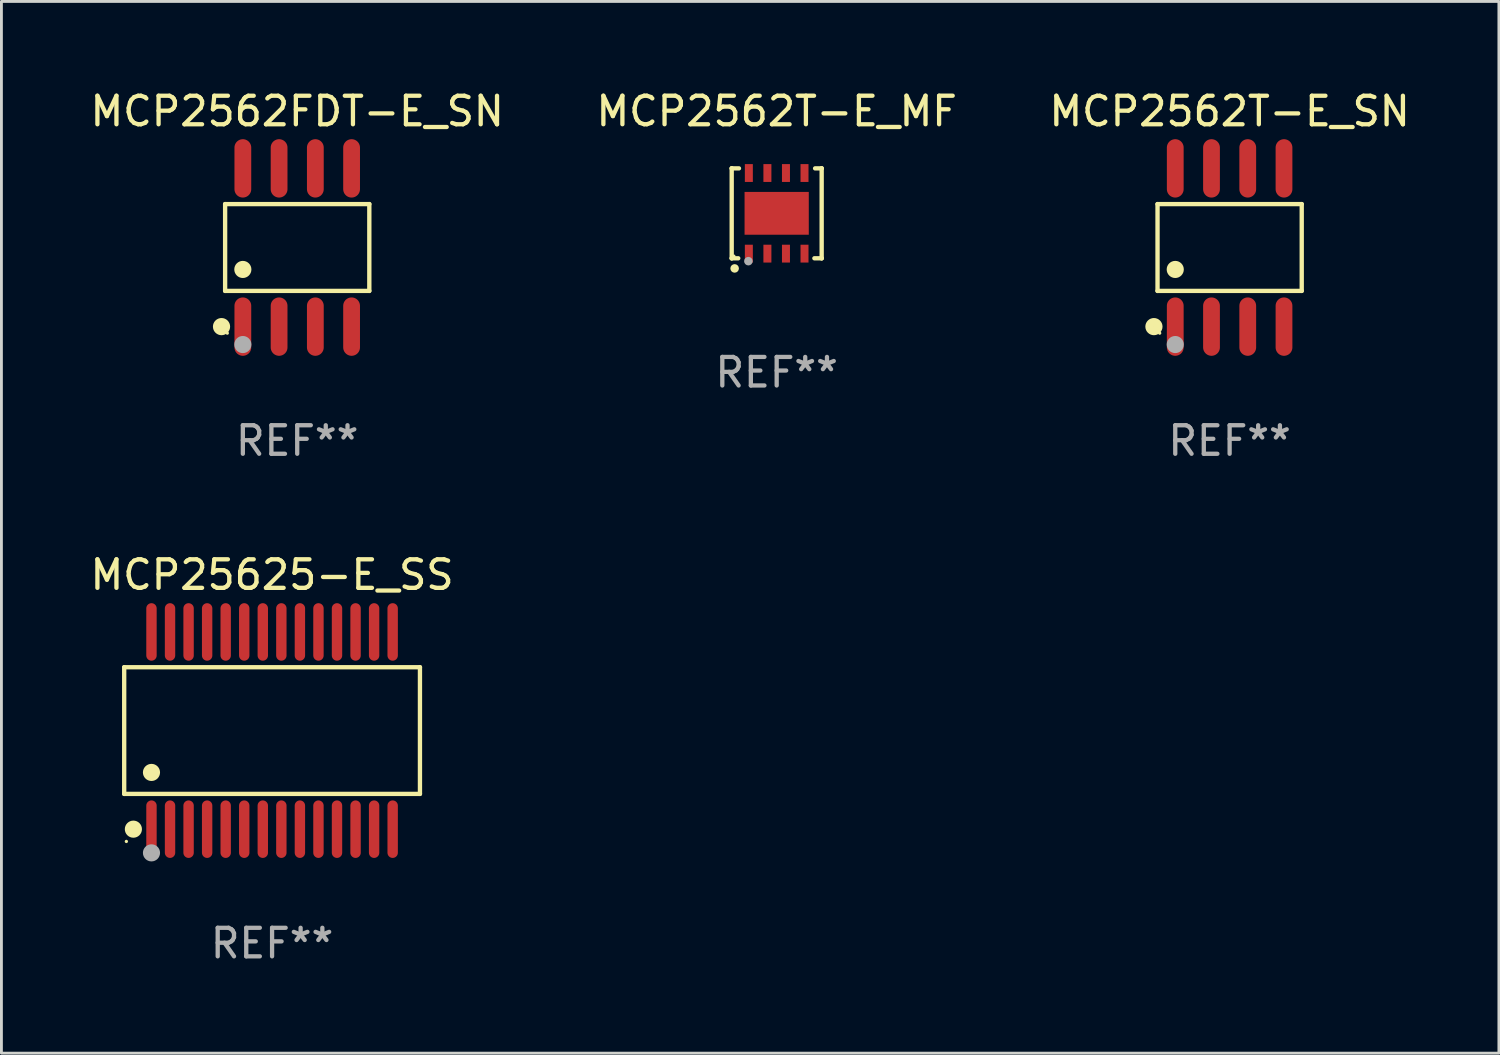
<source format=kicad_pcb>
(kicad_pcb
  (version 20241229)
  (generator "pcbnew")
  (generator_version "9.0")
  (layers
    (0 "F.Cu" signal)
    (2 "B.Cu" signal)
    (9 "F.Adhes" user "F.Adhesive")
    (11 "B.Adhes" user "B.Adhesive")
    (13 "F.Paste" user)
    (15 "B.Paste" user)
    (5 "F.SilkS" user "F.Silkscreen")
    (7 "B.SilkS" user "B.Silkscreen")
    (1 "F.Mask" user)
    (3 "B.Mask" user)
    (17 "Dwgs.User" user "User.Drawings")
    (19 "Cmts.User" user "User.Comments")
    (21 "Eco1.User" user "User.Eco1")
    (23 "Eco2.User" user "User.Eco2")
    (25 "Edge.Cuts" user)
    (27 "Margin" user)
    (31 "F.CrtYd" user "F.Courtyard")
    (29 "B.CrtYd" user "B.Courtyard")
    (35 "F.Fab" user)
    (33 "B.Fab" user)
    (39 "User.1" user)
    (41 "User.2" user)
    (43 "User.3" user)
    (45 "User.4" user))
  (footprint "MCP25625-E_SS"
    (layer "F.Cu")
    (at 6.482 22.545)
    (property "Reference" "MCP25625-E_SS" (at 0 -5.455 0) (layer "F.SilkS") (effects (font (size 1 1) (thickness 0.15))))
    (attr through_hole)
    (fp_line (start -5.181 -2.219) (end 5.181 -2.219) (stroke (width 0.152) (type solid)) (layer "F.SilkS"))
    (fp_line (start -5.181 2.219) (end -5.181 -2.219) (stroke (width 0.152) (type solid)) (layer "F.SilkS"))
    (fp_line (start 5.181 -2.219) (end 5.181 2.219) (stroke (width 0.152) (type solid)) (layer "F.SilkS"))
    (fp_line (start 5.181 2.219) (end -5.181 2.219) (stroke (width 0.152) (type solid)) (layer "F.SilkS"))
    (fp_circle (center -5.105 3.885) (end -5.075 3.885) (stroke (width 0.06) (type solid)) (fill no) (layer "F.SilkS"))
    (fp_circle (center -4.859 3.455) (end -4.709 3.455) (stroke (width 0.3) (type solid)) (fill no) (layer "F.SilkS"))
    (fp_circle (center -4.225 1.467) (end -4.075 1.467) (stroke (width 0.3) (type solid)) (fill no) (layer "F.SilkS"))
    (fp_circle (center -4.225 4.285) (end -4.075 4.285) (stroke (width 0.3) (type solid)) (fill no) (layer "F.Fab"))
    (fp_text user "REF**" (at 0 7.455 0) (layer "F.Fab") (effects (font (size 1 1) (thickness 0.15))))
    (pad "1" smd oval (at -4.225 3.455) (size 0.364 2.015) (layers "F.Cu" "F.Mask" "F.Paste"))
    (pad "2" smd oval (at -3.575 3.455) (size 0.364 2.015) (layers "F.Cu" "F.Mask" "F.Paste"))
    (pad "3" smd oval (at -2.925 3.455) (size 0.364 2.015) (layers "F.Cu" "F.Mask" "F.Paste"))
    (pad "4" smd oval (at -2.275 3.455) (size 0.364 2.015) (layers "F.Cu" "F.Mask" "F.Paste"))
    (pad "5" smd oval (at -1.625 3.455) (size 0.364 2.015) (layers "F.Cu" "F.Mask" "F.Paste"))
    (pad "6" smd oval (at -0.975 3.455) (size 0.364 2.015) (layers "F.Cu" "F.Mask" "F.Paste"))
    (pad "7" smd oval (at -0.325 3.455) (size 0.364 2.015) (layers "F.Cu" "F.Mask" "F.Paste"))
    (pad "8" smd oval (at 0.325 3.455) (size 0.364 2.015) (layers "F.Cu" "F.Mask" "F.Paste"))
    (pad "9" smd oval (at 0.975 3.455) (size 0.364 2.015) (layers "F.Cu" "F.Mask" "F.Paste"))
    (pad "10" smd oval (at 1.625 3.455) (size 0.364 2.015) (layers "F.Cu" "F.Mask" "F.Paste"))
    (pad "11" smd oval (at 2.275 3.455) (size 0.364 2.015) (layers "F.Cu" "F.Mask" "F.Paste"))
    (pad "12" smd oval (at 2.925 3.455) (size 0.364 2.015) (layers "F.Cu" "F.Mask" "F.Paste"))
    (pad "13" smd oval (at 3.575 3.455) (size 0.364 2.015) (layers "F.Cu" "F.Mask" "F.Paste"))
    (pad "14" smd oval (at 4.225 3.455) (size 0.364 2.015) (layers "F.Cu" "F.Mask" "F.Paste"))
    (pad "15" smd oval (at 4.225 -3.455) (size 0.364 2.015) (layers "F.Cu" "F.Mask" "F.Paste"))
    (pad "16" smd oval (at 3.575 -3.455) (size 0.364 2.015) (layers "F.Cu" "F.Mask" "F.Paste"))
    (pad "17" smd oval (at 2.925 -3.455) (size 0.364 2.015) (layers "F.Cu" "F.Mask" "F.Paste"))
    (pad "18" smd oval (at 2.275 -3.455) (size 0.364 2.015) (layers "F.Cu" "F.Mask" "F.Paste"))
    (pad "19" smd oval (at 1.625 -3.455) (size 0.364 2.015) (layers "F.Cu" "F.Mask" "F.Paste"))
    (pad "20" smd oval (at 0.975 -3.455) (size 0.364 2.015) (layers "F.Cu" "F.Mask" "F.Paste"))
    (pad "21" smd oval (at 0.325 -3.455) (size 0.364 2.015) (layers "F.Cu" "F.Mask" "F.Paste"))
    (pad "22" smd oval (at -0.325 -3.455) (size 0.364 2.015) (layers "F.Cu" "F.Mask" "F.Paste"))
    (pad "23" smd oval (at -0.975 -3.455) (size 0.364 2.015) (layers "F.Cu" "F.Mask" "F.Paste"))
    (pad "24" smd oval (at -1.625 -3.455) (size 0.364 2.015) (layers "F.Cu" "F.Mask" "F.Paste"))
    (pad "25" smd oval (at -2.275 -3.455) (size 0.364 2.015) (layers "F.Cu" "F.Mask" "F.Paste"))
    (pad "26" smd oval (at -2.925 -3.455) (size 0.364 2.015) (layers "F.Cu" "F.Mask" "F.Paste"))
    (pad "27" smd oval (at -3.575 -3.455) (size 0.364 2.015) (layers "F.Cu" "F.Mask" "F.Paste"))
    (pad "28" smd oval (at -4.225 -3.455) (size 0.364 2.015) (layers "F.Cu" "F.Mask" "F.Paste")))
  (footprint "MCP2562T-E_SN"
    (layer "F.Cu")
    (at 40.03 5.621)
    (property "Reference" "MCP2562T-E_SN" (at 0 -4.772 0) (layer "F.SilkS") (effects (font (size 1 1) (thickness 0.15))))
    (attr through_hole)
    (fp_line (start -2.526 -1.521) (end 2.526 -1.521) (stroke (width 0.152) (type solid)) (layer "F.SilkS"))
    (fp_line (start -2.526 1.521) (end -2.526 -1.521) (stroke (width 0.152) (type solid)) (layer "F.SilkS"))
    (fp_line (start 2.526 -1.521) (end 2.526 1.521) (stroke (width 0.152) (type solid)) (layer "F.SilkS"))
    (fp_line (start 2.526 1.521) (end -2.526 1.521) (stroke (width 0.152) (type solid)) (layer "F.SilkS"))
    (fp_circle (center -2.652 2.772) (end -2.501 2.772) (stroke (width 0.3) (type solid)) (fill no) (layer "F.SilkS"))
    (fp_circle (center -2.45 3) (end -2.42 3) (stroke (width 0.06) (type solid)) (fill no) (layer "F.SilkS"))
    (fp_circle (center -1.905 0.769) (end -1.755 0.769) (stroke (width 0.3) (type solid)) (fill no) (layer "F.SilkS"))
    (fp_circle (center -1.905 3.4) (end -1.755 3.4) (stroke (width 0.3) (type solid)) (fill no) (layer "F.Fab"))
    (fp_text user "REF**" (at 0 6.772 0) (layer "F.Fab") (effects (font (size 1 1) (thickness 0.15))))
    (pad "1" smd oval (at -1.905 2.772) (size 0.588 2.045) (layers "F.Cu" "F.Mask" "F.Paste"))
    (pad "2" smd oval (at -0.635 2.772) (size 0.588 2.045) (layers "F.Cu" "F.Mask" "F.Paste"))
    (pad "3" smd oval (at 0.635 2.772) (size 0.588 2.045) (layers "F.Cu" "F.Mask" "F.Paste"))
    (pad "4" smd oval (at 1.905 2.772) (size 0.588 2.045) (layers "F.Cu" "F.Mask" "F.Paste"))
    (pad "5" smd oval (at 1.905 -2.772) (size 0.588 2.045) (layers "F.Cu" "F.Mask" "F.Paste"))
    (pad "6" smd oval (at 0.635 -2.772) (size 0.588 2.045) (layers "F.Cu" "F.Mask" "F.Paste"))
    (pad "7" smd oval (at -0.635 -2.772) (size 0.588 2.045) (layers "F.Cu" "F.Mask" "F.Paste"))
    (pad "8" smd oval (at -1.905 -2.772) (size 0.588 2.045) (layers "F.Cu" "F.Mask" "F.Paste")))
  (footprint "MCP2562T-E_MF"
    (layer "F.Cu")
    (at 24.161 4.424)
    (property "Reference" "MCP2562T-E_MF" (at 0 -3.576 0) (layer "F.SilkS") (effects (font (size 1 1) (thickness 0.15))))
    (attr through_hole)
    (fp_line (start -1.576 -1.576) (end -1.576 -1.576) (stroke (width 0.152) (type solid)) (layer "F.SilkS"))
    (fp_line (start -1.576 -1.576) (end -1.576 1.576) (stroke (width 0.152) (type solid)) (layer "F.SilkS"))
    (fp_line (start -1.576 1.576) (end -1.576 1.576) (stroke (width 0.152) (type solid)) (layer "F.SilkS"))
    (fp_line (start -1.576 1.576) (end -1.346 1.575) (stroke (width 0.152) (type solid)) (layer "F.SilkS"))
    (fp_line (start -1.321 -1.575) (end -1.576 -1.576) (stroke (width 0.152) (type solid)) (layer "F.SilkS"))
    (fp_line (start 1.321 1.575) (end 1.576 1.576) (stroke (width 0.152) (type solid)) (layer "F.SilkS"))
    (fp_line (start 1.576 -1.576) (end 1.346 -1.575) (stroke (width 0.152) (type solid)) (layer "F.SilkS"))
    (fp_line (start 1.576 -1.576) (end 1.576 -1.576) (stroke (width 0.152) (type solid)) (layer "F.SilkS"))
    (fp_line (start 1.576 1.576) (end 1.576 -1.576) (stroke (width 0.152) (type solid)) (layer "F.SilkS"))
    (fp_line (start 1.576 1.576) (end 1.576 1.576) (stroke (width 0.152) (type solid)) (layer "F.SilkS"))
    (fp_circle (center -1.5 1.5) (end -1.47 1.5) (stroke (width 0.06) (type solid)) (fill no) (layer "F.SilkS"))
    (fp_circle (center -1.473 1.93) (end -1.398 1.93) (stroke (width 0.15) (type solid)) (fill no) (layer "F.SilkS"))
    (fp_circle (center -0.991 1.676) (end -0.916 1.676) (stroke (width 0.15) (type solid)) (fill no) (layer "F.Fab"))
    (fp_text user "REF**" (at 0 5.576 0) (layer "F.Fab") (effects (font (size 1 1) (thickness 0.15))))
    (pad "1" smd rect (at -0.975 1.412) (size 0.28 0.625) (layers "F.Cu" "F.Mask" "F.Paste"))
    (pad "2" smd rect (at -0.325 1.412) (size 0.28 0.625) (layers "F.Cu" "F.Mask" "F.Paste"))
    (pad "3" smd rect (at 0.325 1.412) (size 0.28 0.625) (layers "F.Cu" "F.Mask" "F.Paste"))
    (pad "4" smd rect (at 0.975 1.412) (size 0.28 0.625) (layers "F.Cu" "F.Mask" "F.Paste"))
    (pad "5" smd rect (at 0.975 -1.412) (size 0.28 0.625) (layers "F.Cu" "F.Mask" "F.Paste"))
    (pad "6" smd rect (at 0.325 -1.412) (size 0.28 0.625) (layers "F.Cu" "F.Mask" "F.Paste"))
    (pad "7" smd rect (at -0.325 -1.412) (size 0.28 0.625) (layers "F.Cu" "F.Mask" "F.Paste"))
    (pad "8" smd rect (at -0.975 -1.412) (size 0.28 0.625) (layers "F.Cu" "F.Mask" "F.Paste"))
    (pad "9" smd rect (at 0 0) (size 2.25 1.5) (layers "F.Cu" "F.Mask" "F.Paste")))
  (footprint "MCP2562FDT-E_SN"
    (layer "F.Cu")
    (at 7.363 5.621)
    (property "Reference" "MCP2562FDT-E_SN" (at 0 -4.772 0) (layer "F.SilkS") (effects (font (size 1 1) (thickness 0.15))))
    (attr through_hole)
    (fp_line (start -2.526 -1.521) (end 2.526 -1.521) (stroke (width 0.152) (type solid)) (layer "F.SilkS"))
    (fp_line (start -2.526 1.521) (end -2.526 -1.521) (stroke (width 0.152) (type solid)) (layer "F.SilkS"))
    (fp_line (start 2.526 -1.521) (end 2.526 1.521) (stroke (width 0.152) (type solid)) (layer "F.SilkS"))
    (fp_line (start 2.526 1.521) (end -2.526 1.521) (stroke (width 0.152) (type solid)) (layer "F.SilkS"))
    (fp_circle (center -2.652 2.772) (end -2.501 2.772) (stroke (width 0.3) (type solid)) (fill no) (layer "F.SilkS"))
    (fp_circle (center -2.45 3) (end -2.42 3) (stroke (width 0.06) (type solid)) (fill no) (layer "F.SilkS"))
    (fp_circle (center -1.905 0.769) (end -1.755 0.769) (stroke (width 0.3) (type solid)) (fill no) (layer "F.SilkS"))
    (fp_circle (center -1.905 3.4) (end -1.755 3.4) (stroke (width 0.3) (type solid)) (fill no) (layer "F.Fab"))
    (fp_text user "REF**" (at 0 6.772 0) (layer "F.Fab") (effects (font (size 1 1) (thickness 0.15))))
    (pad "1" smd oval (at -1.905 2.772) (size 0.588 2.045) (layers "F.Cu" "F.Mask" "F.Paste"))
    (pad "2" smd oval (at -0.635 2.772) (size 0.588 2.045) (layers "F.Cu" "F.Mask" "F.Paste"))
    (pad "3" smd oval (at 0.635 2.772) (size 0.588 2.045) (layers "F.Cu" "F.Mask" "F.Paste"))
    (pad "4" smd oval (at 1.905 2.772) (size 0.588 2.045) (layers "F.Cu" "F.Mask" "F.Paste"))
    (pad "5" smd oval (at 1.905 -2.772) (size 0.588 2.045) (layers "F.Cu" "F.Mask" "F.Paste"))
    (pad "6" smd oval (at 0.635 -2.772) (size 0.588 2.045) (layers "F.Cu" "F.Mask" "F.Paste"))
    (pad "7" smd oval (at -0.635 -2.772) (size 0.588 2.045) (layers "F.Cu" "F.Mask" "F.Paste"))
    (pad "8" smd oval (at -1.905 -2.772) (size 0.588 2.045) (layers "F.Cu" "F.Mask" "F.Paste")))
  (gr_rect
    (start -3 -3)
    (end 49.464 33.848)
    (stroke (width 0.1) (type default))
    (fill no)
    (layer "Edge.Cuts")))
</source>
